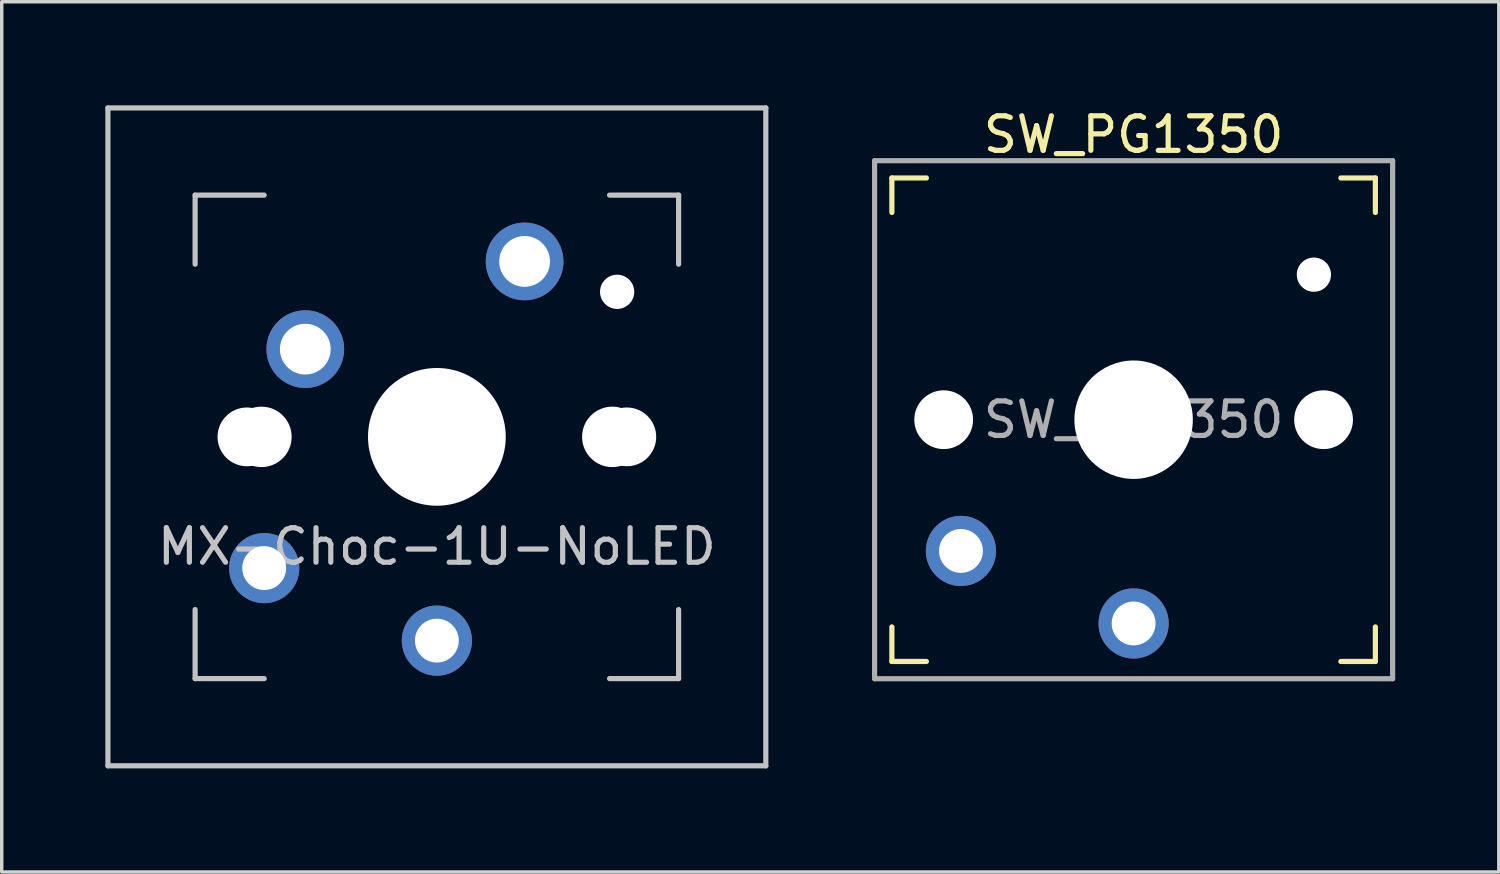
<source format=kicad_pcb>
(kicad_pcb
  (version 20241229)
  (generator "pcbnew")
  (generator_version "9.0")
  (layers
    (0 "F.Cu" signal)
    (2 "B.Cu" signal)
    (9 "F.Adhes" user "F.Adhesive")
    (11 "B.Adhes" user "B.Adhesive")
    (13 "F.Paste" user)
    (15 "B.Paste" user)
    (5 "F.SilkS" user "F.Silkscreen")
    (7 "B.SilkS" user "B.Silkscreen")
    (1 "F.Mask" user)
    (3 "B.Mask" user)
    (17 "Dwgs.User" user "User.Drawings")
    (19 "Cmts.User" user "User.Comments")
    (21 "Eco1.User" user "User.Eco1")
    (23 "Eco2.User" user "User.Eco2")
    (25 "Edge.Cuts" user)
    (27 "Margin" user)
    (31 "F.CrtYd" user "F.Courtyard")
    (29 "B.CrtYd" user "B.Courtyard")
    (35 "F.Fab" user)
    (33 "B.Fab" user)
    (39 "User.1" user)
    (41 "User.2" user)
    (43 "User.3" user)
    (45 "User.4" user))
  (footprint "MX-Choc-1U-NoLED"
    (layer "F.Cu")
    (at 9.6 9.6)
    (property "Reference" "MX-Choc-1U-NoLED" (at 0 3.175 0) (layer "Dwgs.User") (effects (font (size 1 1) (thickness 0.15))))
    (attr through_hole)
    (fp_line (start -9.525 -9.525) (end 9.525 -9.525) (stroke (width 0.15) (type solid)) (layer "Dwgs.User"))
    (fp_line (start -9.525 9.525) (end -9.525 -9.525) (stroke (width 0.15) (type solid)) (layer "Dwgs.User"))
    (fp_line (start -7 -7) (end -7 -5) (stroke (width 0.15) (type solid)) (layer "Dwgs.User"))
    (fp_line (start -7 5) (end -7 7) (stroke (width 0.15) (type solid)) (layer "Dwgs.User"))
    (fp_line (start -7 7) (end -5 7) (stroke (width 0.15) (type solid)) (layer "Dwgs.User"))
    (fp_line (start -5 -7) (end -7 -7) (stroke (width 0.15) (type solid)) (layer "Dwgs.User"))
    (fp_line (start 5 -7) (end 7 -7) (stroke (width 0.15) (type solid)) (layer "Dwgs.User"))
    (fp_line (start 5 7) (end 7 7) (stroke (width 0.15) (type solid)) (layer "Dwgs.User"))
    (fp_line (start 7 -7) (end 7 -5) (stroke (width 0.15) (type solid)) (layer "Dwgs.User"))
    (fp_line (start 7 7) (end 7 5) (stroke (width 0.15) (type solid)) (layer "Dwgs.User"))
    (fp_line (start 9.525 -9.525) (end 9.525 9.525) (stroke (width 0.15) (type solid)) (layer "Dwgs.User"))
    (fp_line (start 9.525 9.525) (end -9.525 9.525) (stroke (width 0.15) (type solid)) (layer "Dwgs.User"))
    (pad "" np_thru_hole circle (at -5.5 0) (size 1.702 1.702) (drill 1.702) (layers "*.Cu" "*.Mask"))
    (pad "" np_thru_hole circle (at -5.08 0 48.1) (size 1.75 1.75) (drill 1.75) (layers "*.Cu" "*.Mask"))
    (pad "" np_thru_hole circle (at 0 0) (size 3.988 3.988) (drill 3.988) (layers "*.Cu" "*.Mask"))
    (pad "" np_thru_hole circle (at 5.08 0 48.1) (size 1.75 1.75) (drill 1.75) (layers "*.Cu" "*.Mask"))
    (pad "" np_thru_hole circle (at 5.22 -4.2) (size 0.991 0.991) (drill 0.991) (layers "*.Cu" "*.Mask"))
    (pad "" np_thru_hole circle (at 5.5 0) (size 1.702 1.702) (drill 1.702) (layers "*.Cu" "*.Mask"))
    (pad "1" thru_hole circle (at -5 3.8) (size 2.032 2.032) (drill 1.27) (layers "*.Cu" "B.Mask"))
    (pad "1" thru_hole circle (at -3.81 -2.54) (size 2.25 2.25) (drill 1.47) (layers "*.Cu" "B.Mask"))
    (pad "2" thru_hole circle (at 0 5.9) (size 2.032 2.032) (drill 1.27) (layers "*.Cu" "B.Mask"))
    (pad "2" thru_hole circle (at 2.54 -5.08) (size 2.25 2.25) (drill 1.47) (layers "*.Cu" "B.Mask")))
  (footprint "SW_PG1350"
    (layer "F.Cu")
    (at 29.775 9.103)
    (property "Reference" "SW_PG1350" (at 0 -8.255 0) (layer "F.SilkS") (effects (font (size 1 1) (thickness 0.15))))
    (attr through_hole)
    (fp_line (start -7 -6) (end -7 -7) (stroke (width 0.15) (type solid)) (layer "F.SilkS"))
    (fp_line (start -7 7) (end -7 6) (stroke (width 0.15) (type solid)) (layer "F.SilkS"))
    (fp_line (start -7 7) (end -6 7) (stroke (width 0.15) (type solid)) (layer "F.SilkS"))
    (fp_line (start -6 -7) (end -7 -7) (stroke (width 0.15) (type solid)) (layer "F.SilkS"))
    (fp_line (start 6 7) (end 7 7) (stroke (width 0.15) (type solid)) (layer "F.SilkS"))
    (fp_line (start 7 -7) (end 6 -7) (stroke (width 0.15) (type solid)) (layer "F.SilkS"))
    (fp_line (start 7 -7) (end 7 -6) (stroke (width 0.15) (type solid)) (layer "F.SilkS"))
    (fp_line (start 7 6) (end 7 7) (stroke (width 0.15) (type solid)) (layer "F.SilkS"))
    (fp_line (start -6.9 6.9) (end -6.9 -6.9) (stroke (width 0.15) (type solid)) (layer "Eco2.User"))
    (fp_line (start -6.9 6.9) (end 6.9 6.9) (stroke (width 0.15) (type solid)) (layer "Eco2.User"))
    (fp_line (start -2.6 -3.1) (end -2.6 -6.3) (stroke (width 0.15) (type solid)) (layer "Eco2.User"))
    (fp_line (start -2.6 -3.1) (end 2.6 -3.1) (stroke (width 0.15) (type solid)) (layer "Eco2.User"))
    (fp_line (start 2.6 -6.3) (end -2.6 -6.3) (stroke (width 0.15) (type solid)) (layer "Eco2.User"))
    (fp_line (start 2.6 -3.1) (end 2.6 -6.3) (stroke (width 0.15) (type solid)) (layer "Eco2.User"))
    (fp_line (start 6.9 -6.9) (end -6.9 -6.9) (stroke (width 0.15) (type solid)) (layer "Eco2.User"))
    (fp_line (start 6.9 -6.9) (end 6.9 6.9) (stroke (width 0.15) (type solid)) (layer "Eco2.User"))
    (fp_line (start -7.5 -7.5) (end 7.5 -7.5) (stroke (width 0.15) (type solid)) (layer "F.Fab"))
    (fp_line (start -7.5 7.5) (end -7.5 -7.5) (stroke (width 0.15) (type solid)) (layer "F.Fab"))
    (fp_line (start 7.5 -7.5) (end 7.5 7.5) (stroke (width 0.15) (type solid)) (layer "F.Fab"))
    (fp_line (start 7.5 7.5) (end -7.5 7.5) (stroke (width 0.15) (type solid)) (layer "F.Fab"))
    (fp_text user "${REFERENCE}" (at 0 0 0) (layer "F.Fab") (effects (font (size 1 1) (thickness 0.15))))
    (pad "" np_thru_hole circle (at -5.5 0) (size 1.702 1.702) (drill 1.702) (layers "*.Cu" "*.Mask"))
    (pad "" np_thru_hole circle (at 0 0) (size 3.429 3.429) (drill 3.429) (layers "*.Cu" "*.Mask"))
    (pad "" np_thru_hole circle (at 5.22 -4.2) (size 0.991 0.991) (drill 0.991) (layers "*.Cu" "*.Mask"))
    (pad "" np_thru_hole circle (at 5.5 0) (size 1.702 1.702) (drill 1.702) (layers "*.Cu" "*.Mask"))
    (pad "1" thru_hole circle (at 0 5.9) (size 2.032 2.032) (drill 1.27) (layers "*.Cu" "*.Mask"))
    (pad "2" thru_hole circle (at -5 3.8) (size 2.032 2.032) (drill 1.27) (layers "*.Cu" "*.Mask")))
  (gr_rect
    (start -3 -3)
    (end 40.35 22.2)
    (stroke (width 0.1) (type default))
    (fill no)
    (layer "Edge.Cuts")))
</source>
